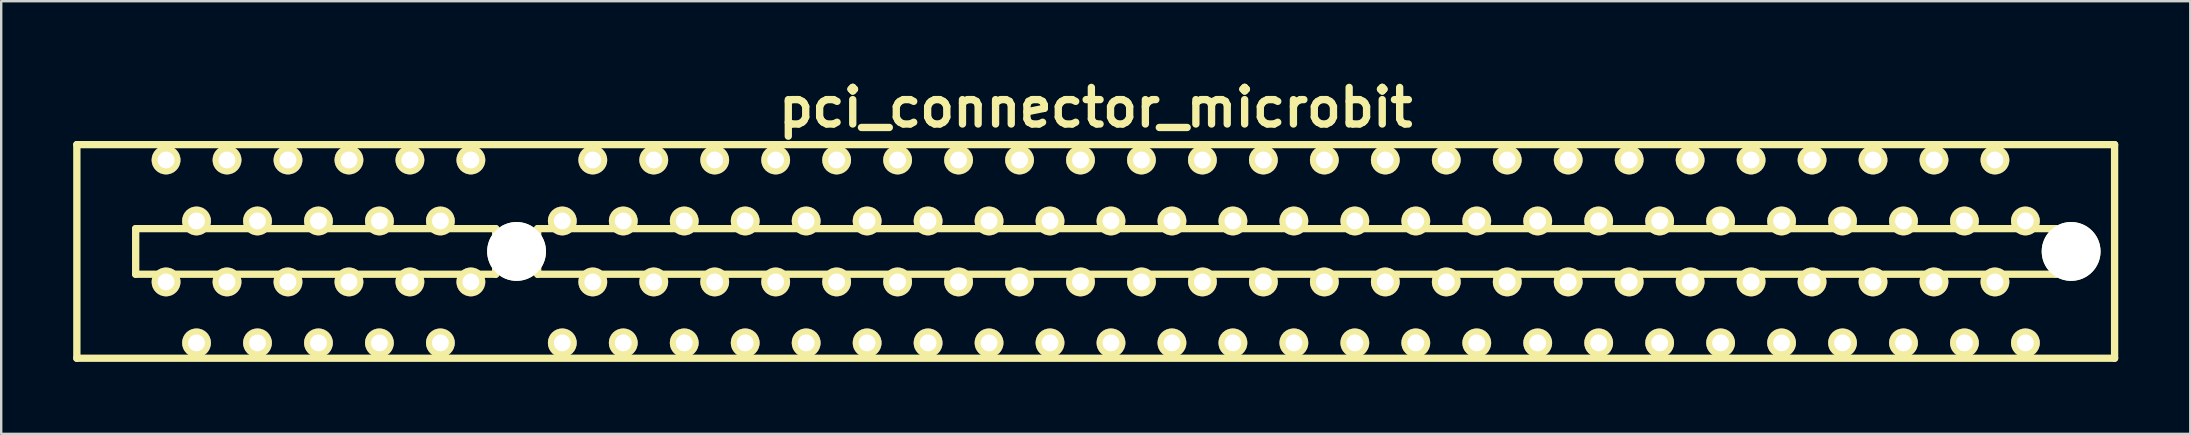
<source format=kicad_pcb>
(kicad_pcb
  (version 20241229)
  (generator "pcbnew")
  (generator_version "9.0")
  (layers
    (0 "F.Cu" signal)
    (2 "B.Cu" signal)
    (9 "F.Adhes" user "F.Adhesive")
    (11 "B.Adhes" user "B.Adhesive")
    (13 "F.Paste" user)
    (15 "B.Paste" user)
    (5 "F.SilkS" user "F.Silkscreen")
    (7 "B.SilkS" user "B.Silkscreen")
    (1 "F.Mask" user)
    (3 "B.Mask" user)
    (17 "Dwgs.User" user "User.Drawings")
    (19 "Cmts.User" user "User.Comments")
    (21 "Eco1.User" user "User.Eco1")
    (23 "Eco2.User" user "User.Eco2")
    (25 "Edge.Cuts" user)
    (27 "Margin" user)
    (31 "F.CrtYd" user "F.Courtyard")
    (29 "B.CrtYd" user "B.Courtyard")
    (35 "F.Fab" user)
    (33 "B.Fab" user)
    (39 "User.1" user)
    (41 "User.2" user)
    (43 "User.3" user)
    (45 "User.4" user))
  (footprint "pci_connector_microbit"
    (layer "F.Cu")
    (at 42.603 7.426)
    (property "Reference" "pci_connector_microbit" (at 0 -5.999 0) (layer "F.SilkS") (effects (font (size 1.524 1.524) (thickness 0.305))))
    (attr through_hole)
    (fp_line (start -42.451 -4.45) (end -42.451 4.45) (stroke (width 0.305) (type solid)) (layer "F.SilkS"))
    (fp_line (start -42.451 4.45) (end 42.451 4.45) (stroke (width 0.305) (type solid)) (layer "F.SilkS"))
    (fp_line (start -40 -0.95) (end -40 0.95) (stroke (width 0.305) (type solid)) (layer "F.SilkS"))
    (fp_line (start -40 0.95) (end -25.001 0.95) (stroke (width 0.305) (type solid)) (layer "F.SilkS"))
    (fp_line (start -25.001 -0.95) (end -40 -0.95) (stroke (width 0.305) (type solid)) (layer "F.SilkS"))
    (fp_line (start -25.001 0.95) (end -25.001 -0.95) (stroke (width 0.305) (type solid)) (layer "F.SilkS"))
    (fp_line (start -23.251 -0.95) (end 40 -0.95) (stroke (width 0.305) (type solid)) (layer "F.SilkS"))
    (fp_line (start -23.251 0.95) (end -23.251 -0.95) (stroke (width 0.305) (type solid)) (layer "F.SilkS"))
    (fp_line (start 40 -0.95) (end 40 0.95) (stroke (width 0.305) (type solid)) (layer "F.SilkS"))
    (fp_line (start 40 0.95) (end -23.251 0.95) (stroke (width 0.305) (type solid)) (layer "F.SilkS"))
    (fp_line (start 42.451 -4.45) (end -42.451 -4.45) (stroke (width 0.305) (type solid)) (layer "F.SilkS"))
    (fp_line (start 42.451 4.45) (end 42.451 -4.45) (stroke (width 0.305) (type solid)) (layer "F.SilkS"))
    (pad "" np_thru_hole circle (at -24.13 0) (size 2.451 2.451) (drill 2.451) (layers "*.Cu" "F.SilkS"))
    (pad "" np_thru_hole circle (at 40.64 0) (size 2.451 2.451) (drill 2.451) (layers "*.Cu" "F.SilkS"))
    (pad "A1" thru_hole circle (at 38.735 3.81) (size 1.2 1.2) (drill 0.7) (layers "*.Cu" "*.Mask" "F.SilkS"))
    (pad "A2" thru_hole circle (at 37.465 1.27) (size 1.2 1.2) (drill 0.7) (layers "*.Cu" "*.Mask" "F.SilkS"))
    (pad "A3" thru_hole circle (at 36.195 3.81) (size 1.2 1.2) (drill 0.7) (layers "*.Cu" "*.Mask" "F.SilkS"))
    (pad "A4" thru_hole circle (at 34.925 1.27) (size 1.2 1.2) (drill 0.7) (layers "*.Cu" "*.Mask" "F.SilkS"))
    (pad "A5" thru_hole circle (at 33.655 3.81) (size 1.2 1.2) (drill 0.7) (layers "*.Cu" "*.Mask" "F.SilkS"))
    (pad "A6" thru_hole circle (at 32.385 1.27) (size 1.2 1.2) (drill 0.7) (layers "*.Cu" "*.Mask" "F.SilkS"))
    (pad "A7" thru_hole circle (at 31.115 3.81) (size 1.2 1.2) (drill 0.7) (layers "*.Cu" "*.Mask" "F.SilkS"))
    (pad "A8" thru_hole circle (at 29.845 1.27) (size 1.2 1.2) (drill 0.7) (layers "*.Cu" "*.Mask" "F.SilkS"))
    (pad "A9" thru_hole circle (at 28.575 3.81) (size 1.2 1.2) (drill 0.7) (layers "*.Cu" "*.Mask" "F.SilkS"))
    (pad "A10" thru_hole circle (at 27.305 1.27) (size 1.2 1.2) (drill 0.7) (layers "*.Cu" "*.Mask" "F.SilkS"))
    (pad "A11" thru_hole circle (at 26.035 3.81) (size 1.2 1.2) (drill 0.7) (layers "*.Cu" "*.Mask" "F.SilkS"))
    (pad "A12" thru_hole circle (at 24.765 1.27) (size 1.2 1.2) (drill 0.7) (layers "*.Cu" "*.Mask" "F.SilkS"))
    (pad "A13" thru_hole circle (at 23.495 3.81) (size 1.2 1.2) (drill 0.7) (layers "*.Cu" "*.Mask" "F.SilkS"))
    (pad "A14" thru_hole circle (at 22.225 1.27) (size 1.2 1.2) (drill 0.7) (layers "*.Cu" "*.Mask" "F.SilkS"))
    (pad "A15" thru_hole circle (at 20.955 3.81) (size 1.2 1.2) (drill 0.7) (layers "*.Cu" "*.Mask" "F.SilkS"))
    (pad "A16" thru_hole circle (at 19.685 1.27) (size 1.2 1.2) (drill 0.7) (layers "*.Cu" "*.Mask" "F.SilkS"))
    (pad "A17" thru_hole circle (at 18.415 3.81) (size 1.2 1.2) (drill 0.7) (layers "*.Cu" "*.Mask" "F.SilkS"))
    (pad "A18" thru_hole circle (at 17.145 1.27) (size 1.2 1.2) (drill 0.7) (layers "*.Cu" "*.Mask" "F.SilkS"))
    (pad "A19" thru_hole circle (at 15.875 3.81) (size 1.2 1.2) (drill 0.7) (layers "*.Cu" "*.Mask" "F.SilkS"))
    (pad "A20" thru_hole circle (at 14.605 1.27) (size 1.2 1.2) (drill 0.7) (layers "*.Cu" "*.Mask" "F.SilkS"))
    (pad "A21" thru_hole circle (at 13.335 3.81) (size 1.2 1.2) (drill 0.7) (layers "*.Cu" "*.Mask" "F.SilkS"))
    (pad "A22" thru_hole circle (at 12.065 1.27) (size 1.2 1.2) (drill 0.7) (layers "*.Cu" "*.Mask" "F.SilkS"))
    (pad "A23" thru_hole circle (at 10.795 3.81) (size 1.2 1.2) (drill 0.7) (layers "*.Cu" "*.Mask" "F.SilkS"))
    (pad "A24" thru_hole circle (at 9.525 1.27) (size 1.2 1.2) (drill 0.7) (layers "*.Cu" "*.Mask" "F.SilkS"))
    (pad "A25" thru_hole circle (at 8.255 3.81) (size 1.2 1.2) (drill 0.7) (layers "*.Cu" "*.Mask" "F.SilkS"))
    (pad "A26" thru_hole circle (at 6.985 1.27) (size 1.2 1.2) (drill 0.7) (layers "*.Cu" "*.Mask" "F.SilkS"))
    (pad "A27" thru_hole circle (at 5.715 3.81) (size 1.2 1.2) (drill 0.7) (layers "*.Cu" "*.Mask" "F.SilkS"))
    (pad "A28" thru_hole circle (at 4.445 1.27) (size 1.2 1.2) (drill 0.7) (layers "*.Cu" "*.Mask" "F.SilkS"))
    (pad "A29" thru_hole circle (at 3.175 3.81) (size 1.2 1.2) (drill 0.7) (layers "*.Cu" "*.Mask" "F.SilkS"))
    (pad "A30" thru_hole circle (at 1.905 1.27) (size 1.2 1.2) (drill 0.7) (layers "*.Cu" "*.Mask" "F.SilkS"))
    (pad "A31" thru_hole circle (at 0.635 3.81) (size 1.2 1.2) (drill 0.7) (layers "*.Cu" "*.Mask" "F.SilkS"))
    (pad "A32" thru_hole circle (at -0.635 1.27) (size 1.2 1.2) (drill 0.7) (layers "*.Cu" "*.Mask" "F.SilkS"))
    (pad "A33" thru_hole circle (at -1.905 3.81) (size 1.2 1.2) (drill 0.7) (layers "*.Cu" "*.Mask" "F.SilkS"))
    (pad "A34" thru_hole circle (at -3.175 1.27) (size 1.2 1.2) (drill 0.7) (layers "*.Cu" "*.Mask" "F.SilkS"))
    (pad "A35" thru_hole circle (at -4.445 3.81) (size 1.2 1.2) (drill 0.7) (layers "*.Cu" "*.Mask" "F.SilkS"))
    (pad "A36" thru_hole circle (at -5.715 1.27) (size 1.2 1.2) (drill 0.7) (layers "*.Cu" "*.Mask" "F.SilkS"))
    (pad "A37" thru_hole circle (at -6.985 3.81) (size 1.2 1.2) (drill 0.7) (layers "*.Cu" "*.Mask" "F.SilkS"))
    (pad "A38" thru_hole circle (at -8.255 1.27) (size 1.2 1.2) (drill 0.7) (layers "*.Cu" "*.Mask" "F.SilkS"))
    (pad "A39" thru_hole circle (at -9.525 3.81) (size 1.2 1.2) (drill 0.7) (layers "*.Cu" "*.Mask" "F.SilkS"))
    (pad "A40" thru_hole circle (at -10.795 1.27) (size 1.2 1.2) (drill 0.7) (layers "*.Cu" "*.Mask" "F.SilkS"))
    (pad "A41" thru_hole circle (at -12.065 3.81) (size 1.2 1.2) (drill 0.7) (layers "*.Cu" "*.Mask" "F.SilkS"))
    (pad "A42" thru_hole circle (at -13.335 1.27) (size 1.2 1.2) (drill 0.7) (layers "*.Cu" "*.Mask" "F.SilkS"))
    (pad "A43" thru_hole circle (at -14.605 3.81) (size 1.2 1.2) (drill 0.7) (layers "*.Cu" "*.Mask" "F.SilkS"))
    (pad "A44" thru_hole circle (at -15.875 1.27) (size 1.2 1.2) (drill 0.7) (layers "*.Cu" "*.Mask" "F.SilkS"))
    (pad "A45" thru_hole circle (at -17.145 3.81) (size 1.2 1.2) (drill 0.7) (layers "*.Cu" "*.Mask" "F.SilkS"))
    (pad "A46" thru_hole circle (at -18.415 1.27) (size 1.2 1.2) (drill 0.7) (layers "*.Cu" "*.Mask" "F.SilkS"))
    (pad "A47" thru_hole circle (at -19.685 3.81) (size 1.2 1.2) (drill 0.7) (layers "*.Cu" "*.Mask" "F.SilkS"))
    (pad "A48" thru_hole circle (at -20.955 1.27) (size 1.2 1.2) (drill 0.7) (layers "*.Cu" "*.Mask" "F.SilkS"))
    (pad "A49" thru_hole circle (at -22.225 3.81) (size 1.2 1.2) (drill 0.7) (layers "*.Cu" "*.Mask" "F.SilkS"))
    (pad "A52" thru_hole circle (at -26.035 1.27) (size 1.2 1.2) (drill 0.7) (layers "*.Cu" "*.Mask" "F.SilkS"))
    (pad "A53" thru_hole circle (at -27.305 3.81) (size 1.2 1.2) (drill 0.7) (layers "*.Cu" "*.Mask" "F.SilkS"))
    (pad "A54" thru_hole circle (at -28.575 1.27) (size 1.2 1.2) (drill 0.7) (layers "*.Cu" "*.Mask" "F.SilkS"))
    (pad "A55" thru_hole circle (at -29.845 3.81) (size 1.2 1.2) (drill 0.7) (layers "*.Cu" "*.Mask" "F.SilkS"))
    (pad "A56" thru_hole circle (at -31.115 1.27) (size 1.2 1.2) (drill 0.7) (layers "*.Cu" "*.Mask" "F.SilkS"))
    (pad "A57" thru_hole circle (at -32.385 3.81) (size 1.2 1.2) (drill 0.7) (layers "*.Cu" "*.Mask" "F.SilkS"))
    (pad "A58" thru_hole circle (at -33.655 1.27) (size 1.2 1.2) (drill 0.7) (layers "*.Cu" "*.Mask" "F.SilkS"))
    (pad "A59" thru_hole circle (at -34.925 3.81) (size 1.2 1.2) (drill 0.7) (layers "*.Cu" "*.Mask" "F.SilkS"))
    (pad "A60" thru_hole circle (at -36.195 1.27) (size 1.2 1.2) (drill 0.7) (layers "*.Cu" "*.Mask" "F.SilkS"))
    (pad "A61" thru_hole circle (at -37.465 3.81) (size 1.2 1.2) (drill 0.7) (layers "*.Cu" "*.Mask" "F.SilkS"))
    (pad "A62" thru_hole circle (at -38.735 1.27) (size 1.2 1.2) (drill 0.7) (layers "*.Cu" "*.Mask" "F.SilkS"))
    (pad "B1" thru_hole circle (at 38.735 -1.27) (size 1.2 1.2) (drill 0.7) (layers "*.Cu" "*.Mask" "F.SilkS"))
    (pad "B2" thru_hole circle (at 37.465 -3.81) (size 1.2 1.2) (drill 0.7) (layers "*.Cu" "*.Mask" "F.SilkS"))
    (pad "B3" thru_hole circle (at 36.195 -1.27) (size 1.2 1.2) (drill 0.7) (layers "*.Cu" "*.Mask" "F.SilkS"))
    (pad "B4" thru_hole circle (at 34.925 -3.81) (size 1.2 1.2) (drill 0.7) (layers "*.Cu" "*.Mask" "F.SilkS"))
    (pad "B5" thru_hole circle (at 33.655 -1.27) (size 1.2 1.2) (drill 0.7) (layers "*.Cu" "*.Mask" "F.SilkS"))
    (pad "B6" thru_hole circle (at 32.385 -3.81) (size 1.2 1.2) (drill 0.7) (layers "*.Cu" "*.Mask" "F.SilkS"))
    (pad "B7" thru_hole circle (at 31.115 -1.27) (size 1.2 1.2) (drill 0.7) (layers "*.Cu" "*.Mask" "F.SilkS"))
    (pad "B8" thru_hole circle (at 29.845 -3.81) (size 1.2 1.2) (drill 0.7) (layers "*.Cu" "*.Mask" "F.SilkS"))
    (pad "B9" thru_hole circle (at 28.575 -1.27) (size 1.2 1.2) (drill 0.7) (layers "*.Cu" "*.Mask" "F.SilkS"))
    (pad "B10" thru_hole circle (at 27.305 -3.81) (size 1.2 1.2) (drill 0.7) (layers "*.Cu" "*.Mask" "F.SilkS"))
    (pad "B11" thru_hole circle (at 26.035 -1.27) (size 1.2 1.2) (drill 0.7) (layers "*.Cu" "*.Mask" "F.SilkS"))
    (pad "B12" thru_hole circle (at 24.765 -3.81) (size 1.2 1.2) (drill 0.7) (layers "*.Cu" "*.Mask" "F.SilkS"))
    (pad "B13" thru_hole circle (at 23.495 -1.27) (size 1.2 1.2) (drill 0.7) (layers "*.Cu" "*.Mask" "F.SilkS"))
    (pad "B14" thru_hole circle (at 22.225 -3.81) (size 1.2 1.2) (drill 0.7) (layers "*.Cu" "*.Mask" "F.SilkS"))
    (pad "B15" thru_hole circle (at 20.955 -1.27) (size 1.2 1.2) (drill 0.7) (layers "*.Cu" "*.Mask" "F.SilkS"))
    (pad "B16" thru_hole circle (at 19.685 -3.81) (size 1.2 1.2) (drill 0.7) (layers "*.Cu" "*.Mask" "F.SilkS"))
    (pad "B17" thru_hole circle (at 18.415 -1.27) (size 1.2 1.2) (drill 0.7) (layers "*.Cu" "*.Mask" "F.SilkS"))
    (pad "B18" thru_hole circle (at 17.145 -3.81) (size 1.2 1.2) (drill 0.7) (layers "*.Cu" "*.Mask" "F.SilkS"))
    (pad "B19" thru_hole circle (at 15.875 -1.27) (size 1.2 1.2) (drill 0.7) (layers "*.Cu" "*.Mask" "F.SilkS"))
    (pad "B20" thru_hole circle (at 14.605 -3.81) (size 1.2 1.2) (drill 0.7) (layers "*.Cu" "*.Mask" "F.SilkS"))
    (pad "B21" thru_hole circle (at 13.335 -1.27) (size 1.2 1.2) (drill 0.7) (layers "*.Cu" "*.Mask" "F.SilkS"))
    (pad "B22" thru_hole circle (at 12.065 -3.81) (size 1.2 1.2) (drill 0.7) (layers "*.Cu" "*.Mask" "F.SilkS"))
    (pad "B23" thru_hole circle (at 10.795 -1.27) (size 1.2 1.2) (drill 0.7) (layers "*.Cu" "*.Mask" "F.SilkS"))
    (pad "B24" thru_hole circle (at 9.525 -3.81) (size 1.2 1.2) (drill 0.7) (layers "*.Cu" "*.Mask" "F.SilkS"))
    (pad "B25" thru_hole circle (at 8.255 -1.27) (size 1.2 1.2) (drill 0.7) (layers "*.Cu" "*.Mask" "F.SilkS"))
    (pad "B26" thru_hole circle (at 6.985 -3.81) (size 1.2 1.2) (drill 0.7) (layers "*.Cu" "*.Mask" "F.SilkS"))
    (pad "B27" thru_hole circle (at 5.715 -1.27) (size 1.2 1.2) (drill 0.7) (layers "*.Cu" "*.Mask" "F.SilkS"))
    (pad "B28" thru_hole circle (at 4.445 -3.81) (size 1.2 1.2) (drill 0.7) (layers "*.Cu" "*.Mask" "F.SilkS"))
    (pad "B29" thru_hole circle (at 3.175 -1.27) (size 1.2 1.2) (drill 0.7) (layers "*.Cu" "*.Mask" "F.SilkS"))
    (pad "B30" thru_hole circle (at 1.905 -3.81) (size 1.2 1.2) (drill 0.7) (layers "*.Cu" "*.Mask" "F.SilkS"))
    (pad "B31" thru_hole circle (at 0.635 -1.27) (size 1.2 1.2) (drill 0.7) (layers "*.Cu" "*.Mask" "F.SilkS"))
    (pad "B32" thru_hole circle (at -0.635 -3.81) (size 1.2 1.2) (drill 0.7) (layers "*.Cu" "*.Mask" "F.SilkS"))
    (pad "B33" thru_hole circle (at -1.905 -1.27) (size 1.2 1.2) (drill 0.7) (layers "*.Cu" "*.Mask" "F.SilkS"))
    (pad "B34" thru_hole circle (at -3.175 -3.81) (size 1.2 1.2) (drill 0.7) (layers "*.Cu" "*.Mask" "F.SilkS"))
    (pad "B35" thru_hole circle (at -4.445 -1.27) (size 1.2 1.2) (drill 0.7) (layers "*.Cu" "*.Mask" "F.SilkS"))
    (pad "B36" thru_hole circle (at -5.715 -3.81) (size 1.2 1.2) (drill 0.7) (layers "*.Cu" "*.Mask" "F.SilkS"))
    (pad "B37" thru_hole circle (at -6.985 -1.27) (size 1.2 1.2) (drill 0.7) (layers "*.Cu" "*.Mask" "F.SilkS"))
    (pad "B38" thru_hole circle (at -8.255 -3.81) (size 1.2 1.2) (drill 0.7) (layers "*.Cu" "*.Mask" "F.SilkS"))
    (pad "B39" thru_hole circle (at -9.525 -1.27) (size 1.2 1.2) (drill 0.7) (layers "*.Cu" "*.Mask" "F.SilkS"))
    (pad "B40" thru_hole circle (at -10.795 -3.81) (size 1.2 1.2) (drill 0.7) (layers "*.Cu" "*.Mask" "F.SilkS"))
    (pad "B41" thru_hole circle (at -12.065 -1.27) (size 1.2 1.2) (drill 0.7) (layers "*.Cu" "*.Mask" "F.SilkS"))
    (pad "B42" thru_hole circle (at -13.335 -3.81) (size 1.2 1.2) (drill 0.7) (layers "*.Cu" "*.Mask" "F.SilkS"))
    (pad "B43" thru_hole circle (at -14.605 -1.27) (size 1.2 1.2) (drill 0.7) (layers "*.Cu" "*.Mask" "F.SilkS"))
    (pad "B44" thru_hole circle (at -15.875 -3.81) (size 1.2 1.2) (drill 0.7) (layers "*.Cu" "*.Mask" "F.SilkS"))
    (pad "B45" thru_hole circle (at -17.145 -1.27) (size 1.2 1.2) (drill 0.7) (layers "*.Cu" "*.Mask" "F.SilkS"))
    (pad "B46" thru_hole circle (at -18.415 -3.81) (size 1.2 1.2) (drill 0.7) (layers "*.Cu" "*.Mask" "F.SilkS"))
    (pad "B47" thru_hole circle (at -19.685 -1.27) (size 1.2 1.2) (drill 0.7) (layers "*.Cu" "*.Mask" "F.SilkS"))
    (pad "B48" thru_hole circle (at -20.955 -3.81) (size 1.2 1.2) (drill 0.7) (layers "*.Cu" "*.Mask" "F.SilkS"))
    (pad "B49" thru_hole circle (at -22.225 -1.27) (size 1.2 1.2) (drill 0.7) (layers "*.Cu" "*.Mask" "F.SilkS"))
    (pad "B52" thru_hole circle (at -26.035 -3.81) (size 1.2 1.2) (drill 0.7) (layers "*.Cu" "*.Mask" "F.SilkS"))
    (pad "B53" thru_hole circle (at -27.305 -1.27) (size 1.2 1.2) (drill 0.7) (layers "*.Cu" "*.Mask" "F.SilkS"))
    (pad "B54" thru_hole circle (at -28.575 -3.81) (size 1.2 1.2) (drill 0.7) (layers "*.Cu" "*.Mask" "F.SilkS"))
    (pad "B55" thru_hole circle (at -29.845 -1.27) (size 1.2 1.2) (drill 0.7) (layers "*.Cu" "*.Mask" "F.SilkS"))
    (pad "B56" thru_hole circle (at -31.115 -3.81) (size 1.2 1.2) (drill 0.7) (layers "*.Cu" "*.Mask" "F.SilkS"))
    (pad "B57" thru_hole circle (at -32.385 -1.27) (size 1.2 1.2) (drill 0.7) (layers "*.Cu" "*.Mask" "F.SilkS"))
    (pad "B58" thru_hole circle (at -33.655 -3.81) (size 1.2 1.2) (drill 0.7) (layers "*.Cu" "*.Mask" "F.SilkS"))
    (pad "B59" thru_hole circle (at -34.925 -1.27) (size 1.2 1.2) (drill 0.7) (layers "*.Cu" "*.Mask" "F.SilkS"))
    (pad "B60" thru_hole circle (at -36.195 -3.81) (size 1.2 1.2) (drill 0.7) (layers "*.Cu" "*.Mask" "F.SilkS"))
    (pad "B61" thru_hole circle (at -37.465 -1.27) (size 1.2 1.2) (drill 0.7) (layers "*.Cu" "*.Mask" "F.SilkS"))
    (pad "B62" thru_hole circle (at -38.735 -3.81) (size 1.2 1.2) (drill 0.7) (layers "*.Cu" "*.Mask" "F.SilkS")))
  (gr_rect
    (start -3 -3)
    (end 88.207 15.028)
    (stroke (width 0.1) (type default))
    (fill no)
    (layer "Edge.Cuts")))
</source>
